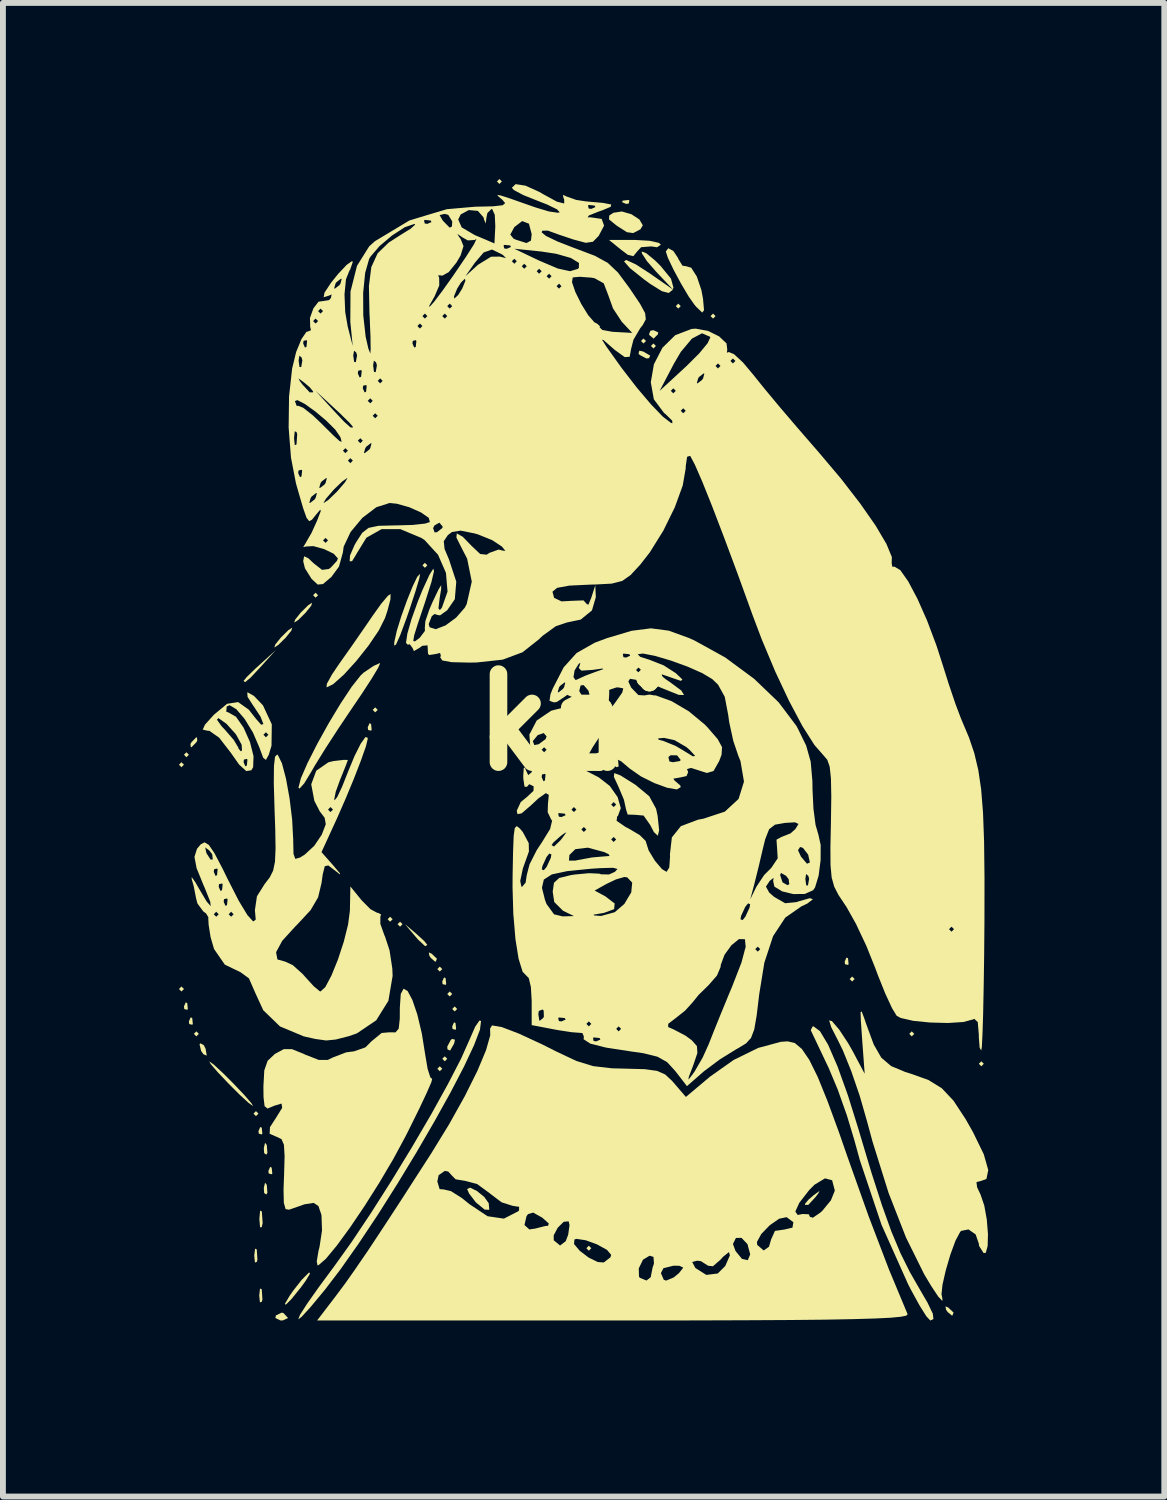
<source format=kicad_pcb>
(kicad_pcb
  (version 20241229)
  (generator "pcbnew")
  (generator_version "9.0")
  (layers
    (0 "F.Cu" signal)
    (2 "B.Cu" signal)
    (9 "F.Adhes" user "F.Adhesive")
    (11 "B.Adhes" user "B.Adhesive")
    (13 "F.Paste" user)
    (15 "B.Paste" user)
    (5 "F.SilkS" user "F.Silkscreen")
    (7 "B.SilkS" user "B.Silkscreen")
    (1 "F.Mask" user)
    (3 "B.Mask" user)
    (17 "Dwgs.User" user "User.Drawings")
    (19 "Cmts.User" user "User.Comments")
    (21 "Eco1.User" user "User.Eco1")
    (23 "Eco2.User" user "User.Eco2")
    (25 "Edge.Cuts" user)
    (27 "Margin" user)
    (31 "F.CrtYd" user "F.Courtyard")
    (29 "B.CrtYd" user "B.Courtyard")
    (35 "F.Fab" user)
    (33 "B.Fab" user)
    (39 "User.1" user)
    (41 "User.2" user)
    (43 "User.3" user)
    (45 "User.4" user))
  (footprint "kai"
    (layer "F.Cu")
    (at 6.731 9.26)
    (property "Reference" "kai" (at 0 0 0) (layer "F.SilkS") (effects (font (size 1.5 1.5) (thickness 0.3))))
    (attr board_only exclude_from_pos_files exclude_from_bom)
    (fp_poly (pts (xy 1.693 -7.371) (xy 1.684 -7.378) (xy 1.685 -7.38)) (stroke (width 0) (type solid)) (fill yes) (layer "F.SilkS"))
    (fp_poly (pts (xy -6.646 0.722) (xy -6.689 0.765) (xy -6.731 0.722) (xy -6.689 0.68)) (stroke (width 0) (type solid)) (fill yes) (layer "F.SilkS"))
    (fp_poly (pts (xy -6.646 4.545) (xy -6.689 4.587) (xy -6.731 4.545) (xy -6.689 4.502)) (stroke (width 0) (type solid)) (fill yes) (layer "F.SilkS"))
    (fp_poly (pts (xy -6.562 0.552) (xy -6.604 0.595) (xy -6.646 0.552) (xy -6.604 0.51)) (stroke (width 0) (type solid)) (fill yes) (layer "F.SilkS"))
    (fp_poly (pts (xy -6.392 5.309) (xy -6.435 5.352) (xy -6.477 5.309) (xy -6.435 5.267)) (stroke (width 0) (type solid)) (fill yes) (layer "F.SilkS"))
    (fp_poly (pts (xy -5.376 6.669) (xy -5.419 6.711) (xy -5.461 6.669) (xy -5.419 6.626)) (stroke (width 0) (type solid)) (fill yes) (layer "F.SilkS"))
    (fp_poly (pts (xy -4.36 -2.166) (xy -4.403 -2.124) (xy -4.445 -2.166) (xy -4.403 -2.209)) (stroke (width 0) (type solid)) (fill yes) (layer "F.SilkS"))
    (fp_poly (pts (xy -3.344 -0.212) (xy -3.387 -0.17) (xy -3.429 -0.212) (xy -3.387 -0.255)) (stroke (width 0) (type solid)) (fill yes) (layer "F.SilkS"))
    (fp_poly (pts (xy -3.09 3.356) (xy -3.133 3.398) (xy -3.175 3.356) (xy -3.133 3.313)) (stroke (width 0) (type solid)) (fill yes) (layer "F.SilkS"))
    (fp_poly (pts (xy -2.921 3.44) (xy -2.963 3.483) (xy -3.006 3.44) (xy -2.963 3.398)) (stroke (width 0) (type solid)) (fill yes) (layer "F.SilkS"))
    (fp_poly (pts (xy -2.498 -2.676) (xy -2.54 -2.633) (xy -2.582 -2.676) (xy -2.54 -2.718)) (stroke (width 0) (type solid)) (fill yes) (layer "F.SilkS"))
    (fp_poly (pts (xy -2.244 4.205) (xy -2.286 4.247) (xy -2.328 4.205) (xy -2.286 4.163)) (stroke (width 0) (type solid)) (fill yes) (layer "F.SilkS"))
    (fp_poly (pts (xy -2.244 5.904) (xy -2.286 5.946) (xy -2.328 5.904) (xy -2.286 5.862)) (stroke (width 0) (type solid)) (fill yes) (layer "F.SilkS"))
    (fp_poly (pts (xy -2.159 5.734) (xy -2.201 5.777) (xy -2.244 5.734) (xy -2.201 5.692)) (stroke (width 0) (type solid)) (fill yes) (layer "F.SilkS"))
    (fp_poly (pts (xy -2.074 4.63) (xy -2.117 4.672) (xy -2.159 4.63) (xy -2.117 4.587)) (stroke (width 0) (type solid)) (fill yes) (layer "F.SilkS"))
    (fp_poly (pts (xy -1.99 4.885) (xy -2.032 4.927) (xy -2.074 4.885) (xy -2.032 4.842)) (stroke (width 0) (type solid)) (fill yes) (layer "F.SilkS"))
    (fp_poly (pts (xy -1.228 -9.217) (xy -1.27 -9.175) (xy -1.312 -9.217) (xy -1.27 -9.26)) (stroke (width 0) (type solid)) (fill yes) (layer "F.SilkS"))
    (fp_poly (pts (xy 0.296 8.962) (xy 0.254 9.005) (xy 0.212 8.962) (xy 0.254 8.92)) (stroke (width 0) (type solid)) (fill yes) (layer "F.SilkS"))
    (fp_poly (pts (xy 1.228 -6.499) (xy 1.185 -6.456) (xy 1.143 -6.499) (xy 1.185 -6.541)) (stroke (width 0) (type solid)) (fill yes) (layer "F.SilkS"))
    (fp_poly (pts (xy 1.397 -6.414) (xy 1.355 -6.371) (xy 1.312 -6.414) (xy 1.355 -6.456)) (stroke (width 0) (type solid)) (fill yes) (layer "F.SilkS"))
    (fp_poly (pts (xy 1.82 -7.093) (xy 1.778 -7.051) (xy 1.736 -7.093) (xy 1.778 -7.136)) (stroke (width 0) (type solid)) (fill yes) (layer "F.SilkS"))
    (fp_poly (pts (xy 2.413 -6.923) (xy 2.371 -6.881) (xy 2.328 -6.923) (xy 2.371 -6.966)) (stroke (width 0) (type solid)) (fill yes) (layer "F.SilkS"))
    (fp_poly (pts (xy 4.784 4.375) (xy 4.741 4.417) (xy 4.699 4.375) (xy 4.741 4.332)) (stroke (width 0) (type solid)) (fill yes) (layer "F.SilkS"))
    (fp_poly (pts (xy 5.8 5.309) (xy 5.757 5.352) (xy 5.715 5.309) (xy 5.757 5.267)) (stroke (width 0) (type solid)) (fill yes) (layer "F.SilkS"))
    (fp_poly (pts (xy 6.985 5.819) (xy 6.943 5.862) (xy 6.9 5.819) (xy 6.943 5.777)) (stroke (width 0) (type solid)) (fill yes) (layer "F.SilkS"))
    (fp_poly (pts (xy -6.59 4.786) (xy -6.58 4.886) (xy -6.59 4.899) (xy -6.64 4.887) (xy -6.646 4.842) (xy -6.615 4.772)) (stroke (width 0) (type solid)) (fill yes) (layer "F.SilkS"))
    (fp_poly (pts (xy -6.505 5.04) (xy -6.495 5.141) (xy -6.505 5.154) (xy -6.556 5.142) (xy -6.562 5.097) (xy -6.531 5.027)) (stroke (width 0) (type solid)) (fill yes) (layer "F.SilkS"))
    (fp_poly (pts (xy -5.405 8.983) (xy -5.394 9.157) (xy -5.405 9.196) (xy -5.436 9.206) (xy -5.448 9.09) (xy -5.434 8.969)) (stroke (width 0) (type solid)) (fill yes) (layer "F.SilkS"))
    (fp_poly (pts (xy -5.32 9.663) (xy -5.309 9.837) (xy -5.32 9.875) (xy -5.351 9.886) (xy -5.363 9.769) (xy -5.35 9.649)) (stroke (width 0) (type solid)) (fill yes) (layer "F.SilkS"))
    (fp_poly (pts (xy -5.32 6.909) (xy -5.31 7.01) (xy -5.32 7.023) (xy -5.37 7.011) (xy -5.376 6.966) (xy -5.345 6.896)) (stroke (width 0) (type solid)) (fill yes) (layer "F.SilkS"))
    (fp_poly (pts (xy -5.234 7.205) (xy -5.224 7.338) (xy -5.241 7.368) (xy -5.279 7.342) (xy -5.285 7.256) (xy -5.264 7.165)) (stroke (width 0) (type solid)) (fill yes) (layer "F.SilkS"))
    (fp_poly (pts (xy -5.234 7.884) (xy -5.224 8.017) (xy -5.241 8.047) (xy -5.279 8.022) (xy -5.285 7.936) (xy -5.264 7.845)) (stroke (width 0) (type solid)) (fill yes) (layer "F.SilkS"))
    (fp_poly (pts (xy -5.151 7.589) (xy -5.14 7.69) (xy -5.151 7.702) (xy -5.201 7.69) (xy -5.207 7.645) (xy -5.176 7.576)) (stroke (width 0) (type solid)) (fill yes) (layer "F.SilkS"))
    (fp_poly (pts (xy -3.457 0.028) (xy -3.447 0.129) (xy -3.457 0.142) (xy -3.508 0.13) (xy -3.514 0.085) (xy -3.483 0.015)) (stroke (width 0) (type solid)) (fill yes) (layer "F.SilkS"))
    (fp_poly (pts (xy -2.187 4.361) (xy -2.177 4.462) (xy -2.187 4.474) (xy -2.238 4.462) (xy -2.244 4.417) (xy -2.213 4.347)) (stroke (width 0) (type solid)) (fill yes) (layer "F.SilkS"))
    (fp_poly (pts (xy -2.018 5.125) (xy -2.008 5.226) (xy -2.018 5.239) (xy -2.068 5.227) (xy -2.074 5.182) (xy -2.043 5.112)) (stroke (width 0) (type solid)) (fill yes) (layer "F.SilkS"))
    (fp_poly (pts (xy 0.945 -8.891) (xy 0.934 -8.841) (xy 0.889 -8.835) (xy 0.819 -8.866) (xy 0.833 -8.891) (xy 0.933 -8.902)) (stroke (width 0) (type solid)) (fill yes) (layer "F.SilkS"))
    (fp_poly (pts (xy 4.671 4.021) (xy 4.681 4.122) (xy 4.671 4.134) (xy 4.62 4.123) (xy 4.614 4.078) (xy 4.645 4.008)) (stroke (width 0) (type solid)) (fill yes) (layer "F.SilkS"))
    (fp_poly (pts (xy -6.31 5.499) (xy -6.278 5.561) (xy -6.257 5.68) (xy -6.314 5.657) (xy -6.353 5.601) (xy -6.38 5.49) (xy -6.369 5.47)) (stroke (width 0) (type solid)) (fill yes) (layer "F.SilkS"))
    (fp_poly (pts (xy -4.947 10.07) (xy -4.872 10.152) (xy -4.958 10.192) (xy -5 10.194) (xy -5.088 10.152) (xy -5.079 10.108) (xy -4.978 10.059)) (stroke (width 0) (type solid)) (fill yes) (layer "F.SilkS"))
    (fp_poly (pts (xy -2.688 3.602) (xy -2.552 3.726) (xy -2.498 3.793) (xy -2.536 3.815) (xy -2.658 3.701) (xy -2.717 3.632) (xy -2.879 3.44)) (stroke (width 0) (type solid)) (fill yes) (layer "F.SilkS"))
    (fp_poly (pts (xy -2.426 3.942) (xy -2.335 4.028) (xy -2.354 4.077) (xy -2.366 4.078) (xy -2.437 4.017) (xy -2.463 3.98) (xy -2.473 3.921)) (stroke (width 0) (type solid)) (fill yes) (layer "F.SilkS"))
    (fp_poly (pts (xy -2.027 5.409) (xy -2.042 5.475) (xy -2.11 5.594) (xy -2.155 5.574) (xy -2.159 5.527) (xy -2.098 5.412) (xy -2.075 5.395)) (stroke (width 0) (type solid)) (fill yes) (layer "F.SilkS"))
    (fp_poly (pts (xy 1.181 -6.319) (xy 1.3 -6.25) (xy 1.28 -6.206) (xy 1.233 -6.201) (xy 1.118 -6.263) (xy 1.101 -6.285) (xy 1.115 -6.334)) (stroke (width 0) (type solid)) (fill yes) (layer "F.SilkS"))
    (fp_poly (pts (xy 6.379 9.973) (xy 6.47 10.059) (xy 6.451 10.108) (xy 6.44 10.109) (xy 6.368 10.049) (xy 6.342 10.011) (xy 6.332 9.953)) (stroke (width 0) (type solid)) (fill yes) (layer "F.SilkS"))
    (fp_poly (pts (xy -6.419 0.31) (xy -6.435 0.34) (xy -6.514 0.421) (xy -6.529 0.425) (xy -6.535 0.37) (xy -6.519 0.34) (xy -6.44 0.259) (xy -6.425 0.255)) (stroke (width 0) (type solid)) (fill yes) (layer "F.SilkS"))
    (fp_poly (pts (xy -5.322 8.333) (xy -5.318 8.348) (xy -5.305 8.533) (xy -5.321 8.603) (xy -5.349 8.606) (xy -5.36 8.473) (xy -5.36 8.453) (xy -5.348 8.321)) (stroke (width 0) (type solid)) (fill yes) (layer "F.SilkS"))
    (fp_poly (pts (xy -4.817 -1.561) (xy -4.911 -1.444) (xy -5.038 -1.319) (xy -5.106 -1.274) (xy -5.089 -1.327) (xy -4.995 -1.444) (xy -4.868 -1.57) (xy -4.8 -1.614)) (stroke (width 0) (type solid)) (fill yes) (layer "F.SilkS"))
    (fp_poly (pts (xy -4.478 -1.986) (xy -4.572 -1.869) (xy -4.699 -1.743) (xy -4.768 -1.699) (xy -4.75 -1.752) (xy -4.657 -1.869) (xy -4.529 -1.995) (xy -4.461 -2.039)) (stroke (width 0) (type solid)) (fill yes) (layer "F.SilkS"))
    (fp_poly (pts (xy 1.437 -6.645) (xy 1.431 -6.612) (xy 1.361 -6.542) (xy 1.355 -6.541) (xy 1.287 -6.599) (xy 1.279 -6.612) (xy 1.304 -6.674) (xy 1.355 -6.683)) (stroke (width 0) (type solid)) (fill yes) (layer "F.SilkS"))
    (fp_poly (pts (xy 4.164 8.03) (xy 4.117 8.091) (xy 3.994 8.224) (xy 3.938 8.223) (xy 3.937 8.208) (xy 3.995 8.137) (xy 4.085 8.059) (xy 4.185 7.986)) (stroke (width 0) (type solid)) (fill yes) (layer "F.SilkS"))
    (fp_poly (pts (xy -5.329 -0.956) (xy -5.509 -0.763) (xy -5.603 -0.685) (xy -5.63 -0.705) (xy -5.63 -0.706) (xy -5.574 -0.774) (xy -5.431 -0.913) (xy -5.355 -0.982) (xy -5.08 -1.232)) (stroke (width 0) (type solid)) (fill yes) (layer "F.SilkS"))
    (fp_poly (pts (xy -1.653 7.987) (xy -1.528 8.089) (xy -1.452 8.195) (xy -1.442 8.308) (xy -1.522 8.304) (xy -1.663 8.188) (xy -1.68 8.17) (xy -1.788 8.028) (xy -1.82 7.954) (xy -1.769 7.93)) (stroke (width 0) (type solid)) (fill yes) (layer "F.SilkS"))
    (fp_poly (pts (xy 1.232 -7.995) (xy 1.382 -7.872) (xy 1.475 -7.78) (xy 1.654 -7.561) (xy 1.696 -7.408) (xy 1.685 -7.38) (xy 1.403 -7.677) (xy 1.244 -7.86) (xy 1.159 -7.99) (xy 1.155 -8.025)) (stroke (width 0) (type solid)) (fill yes) (layer "F.SilkS"))
    (fp_poly (pts (xy -4.499 9.398) (xy -4.575 9.523) (xy -4.651 9.627) (xy -4.815 9.83) (xy -4.911 9.926) (xy -4.925 9.909) (xy -4.845 9.773) (xy -4.785 9.687) (xy -4.64 9.502) (xy -4.521 9.382) (xy -4.51 9.375)) (stroke (width 0) (type solid)) (fill yes) (layer "F.SilkS"))
    (fp_poly (pts (xy 1.055 -7.804) (xy 1.292 -7.651) (xy 1.684 -7.378) (xy 1.681 -7.369) (xy 1.615 -7.317) (xy 1.5 -7.347) (xy 1.302 -7.47) (xy 1.203 -7.542) (xy 0.956 -7.739) (xy 0.854 -7.855) (xy 0.89 -7.88)) (stroke (width 0) (type solid)) (fill yes) (layer "F.SilkS"))
    (fp_poly (pts (xy -6.139 5.832) (xy -5.981 5.978) (xy -5.8 6.159) (xy -5.614 6.355) (xy -5.495 6.493) (xy -5.468 6.541) (xy -5.545 6.485) (xy -5.703 6.34) (xy -5.884 6.159) (xy -6.07 5.963) (xy -6.189 5.825) (xy -6.216 5.777)) (stroke (width 0) (type solid)) (fill yes) (layer "F.SilkS"))
    (fp_poly (pts (xy 0.981 -8.658) (xy 1.116 -8.569) (xy 1.174 -8.47) (xy 1.133 -8.402) (xy 1.01 -8.338) (xy 0.903 -8.353) (xy 0.738 -8.458) (xy 0.728 -8.465) (xy 0.598 -8.57) (xy 0.602 -8.637) (xy 0.672 -8.684) (xy 0.817 -8.706)) (stroke (width 0) (type solid)) (fill yes) (layer "F.SilkS"))
    (fp_poly (pts (xy 1.287 -8.207) (xy 1.448 -8.171) (xy 1.482 -8.14) (xy 1.416 -8.096) (xy 1.319 -8.111) (xy 1.145 -8.097) (xy 1.08 -8.027) (xy 1.012 -7.944) (xy 0.919 -7.967) (xy 0.801 -8.056) (xy 0.598 -8.221) (xy 1.04 -8.221)) (stroke (width 0) (type solid)) (fill yes) (layer "F.SilkS"))
    (fp_poly (pts (xy -2.621 -2.53) (xy -2.637 -2.445) (xy -2.699 -2.237) (xy -2.795 -1.944) (xy -2.85 -1.784) (xy -2.959 -1.489) (xy -3.032 -1.326) (xy -3.064 -1.307) (xy -3.061 -1.369) (xy -3.019 -1.558) (xy -2.942 -1.808) (xy -2.846 -2.075) (xy -2.75 -2.314) (xy -2.67 -2.481) (xy -2.622 -2.53)) (stroke (width 0) (type solid)) (fill yes) (layer "F.SilkS"))
    (fp_poly (pts (xy -3.128 -2.092) (xy -3.18 -1.895) (xy -3.22 -1.776) (xy -3.326 -1.565) (xy -3.5 -1.308) (xy -3.709 -1.045) (xy -3.92 -0.813) (xy -4.103 -0.65) (xy -4.216 -0.595) (xy -4.211 -0.656) (xy -4.123 -0.816) (xy -4 -0.998) (xy -3.774 -1.318) (xy -3.533 -1.666) (xy -3.434 -1.811) (xy -3.282 -2.024) (xy -3.168 -2.159) (xy -3.124 -2.185)) (stroke (width 0) (type solid)) (fill yes) (layer "F.SilkS"))
    (fp_poly (pts (xy 0.794 0.905) (xy 1.02 1.047) (xy 1.05 1.066) (xy 1.283 1.259) (xy 1.4 1.473) (xy 1.426 1.593) (xy 1.452 1.839) (xy 1.43 1.933) (xy 1.363 1.871) (xy 1.301 1.751) (xy 1.187 1.589) (xy 1.044 1.576) (xy 0.916 1.572) (xy 0.889 1.488) (xy 0.852 1.319) (xy 0.761 1.103) (xy 0.76 1.1) (xy 0.681 0.93) (xy 0.687 0.865)) (stroke (width 0) (type solid)) (fill yes) (layer "F.SilkS"))
    (fp_poly (pts (xy 1.695 -8.032) (xy 1.773 -7.915) (xy 1.778 -7.899) (xy 1.85 -7.782) (xy 1.907 -7.774) (xy 1.998 -7.748) (xy 2.094 -7.598) (xy 2.172 -7.368) (xy 2.2 -7.218) (xy 2.217 -7.024) (xy 2.187 -6.983) (xy 2.087 -7.078) (xy 2.055 -7.115) (xy 1.954 -7.259) (xy 1.824 -7.479) (xy 1.696 -7.717) (xy 1.6 -7.919) (xy 1.566 -8.024) (xy 1.608 -8.08)) (stroke (width 0) (type solid)) (fill yes) (layer "F.SilkS"))
    (fp_poly (pts (xy -3.303 -1.006) (xy -3.336 -0.929) (xy -3.448 -0.743) (xy -3.62 -0.479) (xy -3.772 -0.255) (xy -4.01 0.099) (xy -4.236 0.447) (xy -4.416 0.738) (xy -4.48 0.849) (xy -4.597 1.041) (xy -4.676 1.129) (xy -4.695 1.115) (xy -4.654 0.955) (xy -4.54 0.693) (xy -4.375 0.368) (xy -4.18 0.017) (xy -3.977 -0.32) (xy -3.788 -0.605) (xy -3.635 -0.799) (xy -3.583 -0.848) (xy -3.413 -0.962) (xy -3.311 -1.008)) (stroke (width 0) (type solid)) (fill yes) (layer "F.SilkS"))
    (fp_poly (pts (xy -1.583 5.089) (xy -1.601 5.237) (xy -1.703 5.504) (xy -1.874 5.868) (xy -2.103 6.308) (xy -2.377 6.801) (xy -2.683 7.328) (xy -3.009 7.865) (xy -3.342 8.392) (xy -3.671 8.886) (xy -3.981 9.326) (xy -4.246 9.673) (xy -4.492 9.969) (xy -4.642 10.133) (xy -4.699 10.174) (xy -4.668 10.097) (xy -4.549 9.911) (xy -4.346 9.623) (xy -4.09 9.277) (xy -3.79 8.858) (xy -3.456 8.358) (xy -3.106 7.807) (xy -2.759 7.238) (xy -2.433 6.681) (xy -2.149 6.168) (xy -1.923 5.731) (xy -1.776 5.401) (xy -1.775 5.398) (xy -1.683 5.188) (xy -1.611 5.083)) (stroke (width 0) (type solid)) (fill yes) (layer "F.SilkS"))
    (fp_poly (pts (xy 4.193 5.263) (xy 4.332 5.495) (xy 4.493 5.866) (xy 4.67 6.359) (xy 4.858 6.962) (xy 4.863 6.981) (xy 5.07 7.673) (xy 5.249 8.228) (xy 5.41 8.677) (xy 5.566 9.049) (xy 5.727 9.372) (xy 5.854 9.594) (xy 6.028 9.894) (xy 6.116 10.078) (xy 6.127 10.17) (xy 6.073 10.194) (xy 6.007 10.124) (xy 5.889 9.936) (xy 5.742 9.668) (xy 5.696 9.578) (xy 5.242 8.563) (xy 4.874 7.466) (xy 4.778 7.118) (xy 4.652 6.699) (xy 4.495 6.257) (xy 4.339 5.884) (xy 4.328 5.862) (xy 4.195 5.582) (xy 4.091 5.363) (xy 4.037 5.249) (xy 4.036 5.246) (xy 4.068 5.183) (xy 4.084 5.182)) (stroke (width 0) (type solid)) (fill yes) (layer "F.SilkS"))
    (fp_poly (pts (xy 4.945 5.036) (xy 4.98 5.139) (xy 5.109 5.49) (xy 5.238 5.715) (xy 5.405 5.858) (xy 5.647 5.959) (xy 5.747 5.99) (xy 6.04 6.095) (xy 6.269 6.236) (xy 6.469 6.448) (xy 6.677 6.765) (xy 6.802 6.986) (xy 6.985 7.362) (xy 7.061 7.63) (xy 7.03 7.782) (xy 6.94 7.815) (xy 6.86 7.835) (xy 6.871 7.923) (xy 6.93 8.049) (xy 6.993 8.234) (xy 7.036 8.473) (xy 7.056 8.719) (xy 7.051 8.923) (xy 7.019 9.04) (xy 6.982 9.045) (xy 6.905 8.924) (xy 6.9 8.883) (xy 6.846 8.727) (xy 6.724 8.642) (xy 6.599 8.667) (xy 6.582 8.685) (xy 6.503 8.833) (xy 6.416 9.07) (xy 6.337 9.339) (xy 6.281 9.585) (xy 6.264 9.75) (xy 6.272 9.78) (xy 6.283 9.851) (xy 6.272 9.854) (xy 6.209 9.787) (xy 6.092 9.611) (xy 5.97 9.408) (xy 5.66 8.782) (xy 5.362 8.019) (xy 5.09 7.15) (xy 4.994 6.796) (xy 4.871 6.367) (xy 4.726 5.944) (xy 4.582 5.588) (xy 4.508 5.437) (xy 4.385 5.196) (xy 4.349 5.08) (xy 4.397 5.092) (xy 4.521 5.237) (xy 4.673 5.468) (xy 4.749 5.601) (xy 4.955 5.989) (xy 4.911 5.394) (xy 4.89 5.09) (xy 4.885 4.939) (xy 4.903 4.926)) (stroke (width 0) (type solid)) (fill yes) (layer "F.SilkS"))
    (fp_poly (pts (xy -2.834 4.58) (xy -2.753 4.732) (xy -2.669 4.979) (xy -2.592 5.303) (xy -2.534 5.666) (xy -2.493 5.907) (xy -2.446 6.053) (xy -2.416 6.076) (xy -2.429 6.132) (xy -2.508 6.313) (xy -2.64 6.593) (xy -2.814 6.945) (xy -2.87 7.056) (xy -3.076 7.438) (xy -3.315 7.843) (xy -3.568 8.243) (xy -3.816 8.61) (xy -4.042 8.919) (xy -4.226 9.141) (xy -4.35 9.249) (xy -4.37 9.255) (xy -4.383 9.186) (xy -4.353 9.008) (xy -4.335 8.936) (xy -4.293 8.659) (xy -4.302 8.406) (xy -4.308 8.379) (xy -4.355 8.243) (xy -4.436 8.19) (xy -4.591 8.214) (xy -4.855 8.306) (xy -4.914 8.296) (xy -4.944 8.189) (xy -4.949 7.959) (xy -4.94 7.723) (xy -4.931 7.395) (xy -4.942 7.201) (xy -4.983 7.104) (xy -5.058 7.067) (xy -5.059 7.067) (xy -5.186 7.012) (xy -5.18 6.899) (xy -5.083 6.749) (xy -4.972 6.57) (xy -4.983 6.497) (xy -5.113 6.536) (xy -5.122 6.541) (xy -5.222 6.582) (xy -5.272 6.541) (xy -5.29 6.387) (xy -5.292 6.206) (xy -5.277 5.932) (xy -5.22 5.768) (xy -5.099 5.654) (xy -5.09 5.648) (xy -4.943 5.569) (xy -4.807 5.569) (xy -4.608 5.649) (xy -4.578 5.664) (xy -4.35 5.753) (xy -4.194 5.753) (xy -4.103 5.709) (xy -3.881 5.624) (xy -3.747 5.607) (xy -3.553 5.539) (xy -3.446 5.432) (xy -3.277 5.294) (xy -3.15 5.283) (xy -3.041 5.284) (xy -2.986 5.22) (xy -2.968 5.052) (xy -2.967 4.864) (xy -2.951 4.628) (xy -2.903 4.539)) (stroke (width 0) (type solid)) (fill yes) (layer "F.SilkS"))
    (fp_poly (pts (xy -5.452 -0.449) (xy -5.31 -0.301) (xy -5.298 -0.286) (xy -5.149 0.034) (xy -5.154 0.399) (xy -5.2 0.551) (xy -5.249 0.641) (xy -5.296 0.603) (xy -5.363 0.423) (xy -5.454 0.212) (xy -5.292 0.212) (xy -5.249 0.255) (xy -5.207 0.212) (xy -5.249 0.17) (xy -5.292 0.212) (xy -5.454 0.212) (xy -5.472 0.171) (xy -5.611 -0.056) (xy -5.752 -0.222) (xy -5.868 -0.292) (xy -5.918 -0.269) (xy -5.925 -0.181) (xy -5.891 -0.17) (xy -5.759 -0.095) (xy -5.629 0.092) (xy -5.521 0.335) (xy -5.46 0.578) (xy -5.467 0.765) (xy -5.498 0.817) (xy -5.584 0.831) (xy -5.705 0.721) (xy -5.734 0.68) (xy -5.63 0.68) (xy -5.599 0.75) (xy -5.574 0.736) (xy -5.564 0.635) (xy -5.574 0.623) (xy -5.624 0.635) (xy -5.63 0.68) (xy -5.734 0.68) (xy -5.848 0.518) (xy -6.046 0.262) (xy -6.211 0.146) (xy -6.256 0.141) (xy -6.326 0.124) (xy -6.288 0.04) (xy -6.212 -0.045) (xy -6.084 -0.045) (xy -6.004 0.067) (xy -5.948 0.126) (xy -5.798 0.299) (xy -5.719 0.431) (xy -5.715 0.45) (xy -5.676 0.494) (xy -5.657 0.48) (xy -5.663 0.381) (xy -5.754 0.215) (xy -5.768 0.195) (xy -5.921 0.026) (xy -6.055 -0.07) (xy -6.059 -0.071) (xy -6.084 -0.045) (xy -6.212 -0.045) (xy -6.134 -0.131) (xy -5.91 -0.316) (xy -5.723 -0.345) (xy -5.54 -0.215) (xy -5.423 -0.065) (xy -5.33 0.041) (xy -5.292 0.03) (xy -5.34 -0.095) (xy -5.458 -0.274) (xy -5.467 -0.286) (xy -5.562 -0.434) (xy -5.567 -0.508) (xy -5.558 -0.51)) (stroke (width 0) (type solid)) (fill yes) (layer "F.SilkS"))
    (fp_poly (pts (xy -3.515 0.263) (xy -3.514 0.282) (xy -3.545 0.41) (xy -3.63 0.651) (xy -3.751 0.964) (xy -3.893 1.306) (xy -4.038 1.637) (xy -4.038 1.637) (xy -4.302 2.212) (xy -4.098 2.443) (xy -3.987 2.575) (xy -3.99 2.591) (xy -4.074 2.524) (xy -4.186 2.439) (xy -4.246 2.452) (xy -4.281 2.591) (xy -4.301 2.736) (xy -4.36 2.983) (xy -4.487 3.2) (xy -4.715 3.446) (xy -4.741 3.471) (xy -4.971 3.723) (xy -5.076 3.918) (xy -5.053 4.041) (xy -4.921 4.078) (xy -4.791 4.138) (xy -4.624 4.288) (xy -4.585 4.332) (xy -4.437 4.495) (xy -4.333 4.582) (xy -4.319 4.587) (xy -4.237 4.512) (xy -4.133 4.316) (xy -4.022 4.043) (xy -3.922 3.738) (xy -3.849 3.446) (xy -3.818 3.211) (xy -3.818 3.209) (xy -3.81 2.797) (xy -3.617 3.034) (xy -3.468 3.184) (xy -3.349 3.248) (xy -3.336 3.247) (xy -3.286 3.276) (xy -3.299 3.308) (xy -3.299 3.435) (xy -3.23 3.629) (xy -3.221 3.646) (xy -3.142 3.887) (xy -3.095 4.196) (xy -3.09 4.322) (xy -3.162 4.746) (xy -3.369 5.078) (xy -3.699 5.301) (xy -3.837 5.349) (xy -4.06 5.406) (xy -4.223 5.422) (xy -4.408 5.396) (xy -4.604 5.352) (xy -5.009 5.183) (xy -5.295 4.906) (xy -5.426 4.621) (xy -5.539 4.363) (xy -5.68 4.26) (xy -5.95 4.129) (xy -6.133 3.864) (xy -6.192 3.662) (xy -6.225 3.454) (xy -6.232 3.331) (xy -6.229 3.323) (xy -6.261 3.271) (xy -6.138 3.271) (xy -6.096 3.313) (xy -6.054 3.271) (xy -5.884 3.271) (xy -5.842 3.313) (xy -5.8 3.271) (xy -5.842 3.228) (xy -5.884 3.271) (xy -6.054 3.271) (xy -6.096 3.228) (xy -6.138 3.271) (xy -6.261 3.271) (xy -6.269 3.257) (xy -6.316 3.223) (xy -6.416 3.088) (xy -6.439 3.001) (xy -6.481 2.786) (xy -6.513 2.676) (xy -6.514 2.637) (xy -6.45 2.729) (xy -6.395 2.825) (xy -6.258 3.055) (xy -6.19 3.132) (xy -6.198 3.058) (xy -5.969 3.058) (xy -5.938 3.128) (xy -5.913 3.115) (xy -5.902 3.014) (xy -5.913 3.002) (xy -5.963 3.013) (xy -5.969 3.058) (xy -6.198 3.058) (xy -6.198 3.057) (xy -6.287 2.834) (xy -6.3 2.803) (xy -6.054 2.803) (xy -6.023 2.873) (xy -5.997 2.86) (xy -5.987 2.759) (xy -5.997 2.747) (xy -6.048 2.758) (xy -6.054 2.803) (xy -6.3 2.803) (xy -6.31 2.782) (xy -6.405 2.548) (xy -6.138 2.548) (xy -6.107 2.618) (xy -6.082 2.605) (xy -6.072 2.504) (xy -6.082 2.492) (xy -6.132 2.504) (xy -6.138 2.548) (xy -6.405 2.548) (xy -6.43 2.488) (xy -6.467 2.294) (xy -6.424 2.156) (xy -6.404 2.132) (xy -6.284 2.132) (xy -6.266 2.217) (xy -6.26 2.234) (xy -6.193 2.338) (xy -6.155 2.338) (xy -6.164 2.249) (xy -6.212 2.186) (xy -6.284 2.132) (xy -6.404 2.132) (xy -6.36 2.079) (xy -6.295 2.045) (xy -6.222 2.089) (xy -6.124 2.234) (xy -5.983 2.503) (xy -5.897 2.68) (xy -5.71 3.045) (xy -5.564 3.286) (xy -5.466 3.394) (xy -5.423 3.362) (xy -5.437 3.201) (xy -5.402 2.964) (xy -5.27 2.755) (xy -5.183 2.641) (xy -5.126 2.527) (xy -5.095 2.377) (xy -5.085 2.155) (xy -5.09 1.826) (xy -5.102 1.487) (xy -5.115 1.038) (xy -5.112 0.743) (xy -5.094 0.586) (xy -5.058 0.549) (xy -5.045 0.558) (xy -4.976 0.698) (xy -4.907 0.96) (xy -4.846 1.296) (xy -4.802 1.659) (xy -4.784 2) (xy -4.784 2.02) (xy -4.779 2.244) (xy -4.748 2.328) (xy -4.665 2.303) (xy -4.585 2.252) (xy -4.425 2.104) (xy -4.297 1.914) (xy -4.229 1.736) (xy -4.249 1.624) (xy -4.252 1.622) (xy -4.334 1.514) (xy -4.347 1.487) (xy -4.191 1.487) (xy -4.149 1.529) (xy -4.106 1.487) (xy -4.149 1.444) (xy -4.191 1.487) (xy -4.347 1.487) (xy -4.424 1.338) (xy -4.477 1.056) (xy -4.391 0.824) (xy -4.184 0.681) (xy -4.096 0.66) (xy -3.923 0.64) (xy -3.852 0.641) (xy -3.882 0.723) (xy -3.955 0.905) (xy -3.984 0.976) (xy -4.059 1.182) (xy -4.085 1.313) (xy -4.08 1.329) (xy -4.035 1.275) (xy -3.952 1.1) (xy -3.853 0.85) (xy -3.738 0.572) (xy -3.633 0.363) (xy -3.553 0.251)) (stroke (width 0) (type solid)) (fill yes) (layer "F.SilkS"))
    (fp_poly (pts (xy -1.229 5.194) (xy -0.94 5.304) (xy -0.54 5.489) (xy -0.292 5.614) (xy 0.044 5.772) (xy 0.327 5.859) (xy 0.644 5.896) (xy 0.877 5.902) (xy 1.207 5.911) (xy 1.416 5.94) (xy 1.555 6.001) (xy 1.673 6.111) (xy 1.704 6.147) (xy 1.908 6.384) (xy 2.321 6.037) (xy 2.722 5.754) (xy 3.14 5.549) (xy 3.525 5.445) (xy 3.643 5.437) (xy 3.765 5.466) (xy 3.885 5.567) (xy 4.012 5.754) (xy 4.156 6.046) (xy 4.323 6.458) (xy 4.524 7.007) (xy 4.653 7.379) (xy 5.023 8.419) (xy 5.37 9.327) (xy 5.687 10.088) (xy 5.665 10.111) (xy 5.573 10.13) (xy 5.398 10.147) (xy 5.131 10.16) (xy 4.76 10.171) (xy 4.276 10.18) (xy 3.668 10.186) (xy 2.925 10.19) (xy 2.037 10.193) (xy 0.993 10.194) (xy 0.678 10.194) (xy -4.377 10.194) (xy -4.068 9.79) (xy -3.905 9.572) (xy -3.725 9.317) (xy -3.718 9.306) (xy 1.105 9.306) (xy 1.109 9.446) (xy 1.124 9.467) (xy 1.237 9.513) (xy 1.31 9.455) (xy 1.312 9.436) (xy 1.322 9.387) (xy 1.482 9.387) (xy 1.531 9.5) (xy 1.572 9.514) (xy 1.701 9.46) (xy 1.79 9.387) (xy 1.863 9.294) (xy 1.8 9.262) (xy 1.699 9.26) (xy 1.525 9.303) (xy 1.482 9.387) (xy 1.322 9.387) (xy 1.34 9.294) (xy 1.364 9.224) (xy 1.362 9.197) (xy 2.016 9.197) (xy 2.065 9.291) (xy 2.074 9.302) (xy 2.256 9.417) (xy 2.451 9.393) (xy 2.579 9.265) (xy 2.658 9.084) (xy 2.642 9.028) (xy 2.54 9.11) (xy 2.501 9.155) (xy 2.369 9.27) (xy 2.287 9.261) (xy 2.164 9.183) (xy 2.101 9.175) (xy 2.016 9.197) (xy 1.362 9.197) (xy 1.356 9.11) (xy 1.289 9.09) (xy 1.177 9.158) (xy 1.105 9.306) (xy -3.718 9.306) (xy -3.512 9.006) (xy -3.338 8.743) (xy -0.345 8.743) (xy -0.344 8.827) (xy -0.236 8.916) (xy -0.203 8.891) (xy 0.002 8.891) (xy 0.099 9.006) (xy 0.25 9.121) (xy 0.407 9.198) (xy 0.509 9.205) (xy 0.621 9.119) (xy 0.635 9.076) (xy 0.564 8.991) (xy 0.395 8.898) (xy 0.374 8.89) (xy 2.71 8.89) (xy 2.754 9.01) (xy 2.864 9.144) (xy 2.963 9.166) (xy 3.004 9.068) (xy 2.958 8.894) (xy 2.922 8.855) (xy 3.119 8.855) (xy 3.124 8.906) (xy 3.234 9.001) (xy 3.324 8.937) (xy 3.36 8.814) (xy 3.426 8.667) (xy 3.585 8.644) (xy 3.724 8.612) (xy 3.74 8.519) (xy 3.624 8.433) (xy 3.497 8.46) (xy 3.336 8.572) (xy 3.193 8.72) (xy 3.119 8.855) (xy 2.922 8.855) (xy 2.856 8.786) (xy 2.761 8.787) (xy 2.71 8.89) (xy 0.374 8.89) (xy 0.199 8.826) (xy 0.042 8.803) (xy 0.008 8.814) (xy 0.002 8.891) (xy -0.203 8.891) (xy -0.14 8.843) (xy -0.098 8.732) (xy -0.075 8.569) (xy -0.09 8.504) (xy -0.174 8.512) (xy -0.276 8.613) (xy -0.345 8.743) (xy -3.338 8.743) (xy -3.255 8.617) (xy -3.222 8.567) (xy -0.843 8.567) (xy -0.76 8.642) (xy -0.662 8.628) (xy -0.489 8.584) (xy -0.44 8.58) (xy -0.429 8.54) (xy -0.536 8.445) (xy -0.541 8.441) (xy -0.695 8.355) (xy -0.782 8.381) (xy -0.808 8.416) (xy -0.843 8.567) (xy -3.222 8.567) (xy -2.938 8.132) (xy -2.74 7.824) (xy -2.328 7.824) (xy -2.289 7.955) (xy -2.218 7.961) (xy -2.097 7.989) (xy -1.908 8.108) (xy -1.78 8.212) (xy -1.472 8.417) (xy -1.194 8.458) (xy -0.959 8.338) (xy 3.773 8.338) (xy 3.814 8.396) (xy 3.895 8.379) (xy 4.003 8.384) (xy 4.022 8.428) (xy 4.073 8.442) (xy 4.201 8.354) (xy 4.233 8.325) (xy 4.379 8.147) (xy 4.445 7.984) (xy 4.445 7.975) (xy 4.4 7.804) (xy 4.279 7.772) (xy 4.1 7.88) (xy 4.008 7.973) (xy 3.84 8.19) (xy 3.773 8.338) (xy -0.959 8.338) (xy -0.951 8.334) (xy -0.936 8.319) (xy -0.934 8.257) (xy -1.045 8.24) (xy -1.233 8.18) (xy -1.425 8.035) (xy -1.432 8.028) (xy -1.649 7.869) (xy -1.851 7.815) (xy -2.016 7.788) (xy -2.074 7.73) (xy -2.143 7.655) (xy -2.201 7.645) (xy -2.305 7.717) (xy -2.328 7.824) (xy -2.74 7.824) (xy -2.549 7.528) (xy -2.433 7.348) (xy -2.125 6.846) (xy -1.859 6.369) (xy -1.646 5.942) (xy -1.498 5.588) (xy -1.426 5.333) (xy -1.429 5.22) (xy -1.396 5.165)) (stroke (width 0) (type solid)) (fill yes) (layer "F.SilkS"))
    (fp_poly (pts (xy 1.616 -1.562) (xy 1.958 -1.438) (xy 2.056 -1.394) (xy 2.579 -1.105) (xy 3.071 -0.742) (xy 3.489 -0.341) (xy 3.791 0.06) (xy 3.813 0.1) (xy 3.958 0.397) (xy 4.035 0.671) (xy 4.064 1.003) (xy 4.066 1.147) (xy 4.082 1.472) (xy 4.118 1.749) (xy 4.166 1.913) (xy 4.205 2.09) (xy 4.204 2.348) (xy 4.17 2.614) (xy 4.109 2.814) (xy 4.077 2.861) (xy 3.935 2.925) (xy 3.74 2.927) (xy 3.549 2.881) (xy 3.416 2.8) (xy 3.394 2.698) (xy 3.397 2.693) (xy 3.402 2.65) (xy 3.336 2.703) (xy 3.272 2.8) (xy 3.328 2.901) (xy 3.412 2.975) (xy 3.6 3.083) (xy 3.792 3.064) (xy 3.826 3.052) (xy 4.02 2.997) (xy 4.073 3.015) (xy 3.977 3.089) (xy 3.876 3.137) (xy 3.602 3.328) (xy 3.394 3.644) (xy 3.245 4.097) (xy 3.158 4.633) (xy 3.114 4.998) (xy 3.073 5.234) (xy 3.018 5.379) (xy 2.933 5.472) (xy 2.802 5.552) (xy 2.765 5.572) (xy 2.487 5.744) (xy 2.217 5.946) (xy 2.193 5.967) (xy 1.926 6.2) (xy 1.725 5.94) (xy 1.588 5.791) (xy 1.425 5.699) (xy 1.183 5.639) (xy 0.974 5.609) (xy 0.545 5.543) (xy 0.278 5.475) (xy 0.165 5.401) (xy 0.167 5.38) (xy 0.325 5.38) (xy 0.336 5.431) (xy 0.381 5.437) (xy 0.451 5.406) (xy 0.437 5.38) (xy 0.337 5.37) (xy 0.325 5.38) (xy 0.167 5.38) (xy 0.169 5.353) (xy 0.144 5.296) (xy 0.105 5.292) (xy -0.039 5.281) (xy -0.273 5.245) (xy -0.36 5.229) (xy -0.385 5.224) (xy 0.72 5.224) (xy 0.762 5.267) (xy 0.804 5.224) (xy 0.773 5.193) (xy 1.606 5.193) (xy 1.7 5.234) (xy 1.902 5.34) (xy 2.008 5.418) (xy 2.096 5.517) (xy 2.104 5.636) (xy 2.035 5.84) (xy 2.031 5.851) (xy 1.958 6.042) (xy 1.951 6.09) (xy 2.014 6.01) (xy 2.055 5.953) (xy 2.193 5.715) (xy 2.297 5.485) (xy 2.374 5.289) (xy 2.495 4.989) (xy 2.639 4.639) (xy 2.696 4.503) (xy 2.855 4.094) (xy 2.916 3.865) (xy 3.09 3.865) (xy 3.133 3.908) (xy 3.175 3.865) (xy 3.133 3.823) (xy 3.09 3.865) (xy 2.916 3.865) (xy 2.927 3.826) (xy 2.914 3.698) (xy 2.913 3.696) (xy 2.813 3.694) (xy 2.684 3.799) (xy 2.566 3.962) (xy 2.502 4.135) (xy 2.5 4.168) (xy 2.438 4.315) (xy 2.295 4.479) (xy 2.127 4.643) (xy 2.02 4.775) (xy 1.898 4.91) (xy 1.742 5.035) (xy 1.607 5.138) (xy 1.606 5.193) (xy 0.773 5.193) (xy 0.762 5.182) (xy 0.72 5.224) (xy -0.385 5.224) (xy -0.72 5.16) (xy -0.72 5.139) (xy 0.212 5.139) (xy 0.254 5.182) (xy 0.296 5.139) (xy 0.254 5.097) (xy 0.212 5.139) (xy -0.72 5.139) (xy -0.72 4.973) (xy -0.607 4.973) (xy -0.588 5.089) (xy -0.527 5.042) (xy -0.526 5.04) (xy -0.268 5.04) (xy -0.256 5.091) (xy -0.212 5.097) (xy -0.142 5.066) (xy -0.155 5.04) (xy -0.256 5.03) (xy -0.268 5.04) (xy -0.526 5.04) (xy -0.512 5.018) (xy -0.516 4.911) (xy -0.535 4.894) (xy -0.598 4.919) (xy -0.607 4.973) (xy -0.72 4.973) (xy -0.72 4.746) (xy -0.734 4.508) (xy -0.77 4.358) (xy -0.796 4.332) (xy -0.874 4.252) (xy -0.943 4.03) (xy -0.997 3.693) (xy -1.025 3.356) (xy 2.839 3.356) (xy 2.874 3.371) (xy 2.921 3.313) (xy 2.993 3.158) (xy 3.003 3.101) (xy 2.968 3.085) (xy 2.921 3.143) (xy 2.849 3.298) (xy 2.839 3.356) (xy -1.025 3.356) (xy -1.033 3.27) (xy -1.046 2.819) (xy -0.545 2.819) (xy -0.494 3.024) (xy -0.468 3.095) (xy -0.339 3.272) (xy -0.193 3.307) (xy 0 3.302) (xy -0.048 3.278) (xy 0.334 3.278) (xy 0.344 3.291) (xy 0.463 3.3) (xy 0.695 3.236) (xy 0.86 3.094) (xy 0.906 3.016) (xy 3.005 3.016) (xy 3.109 2.803) (xy 3.242 2.602) (xy 3.514 2.602) (xy 3.555 2.727) (xy 3.639 2.775) (xy 3.67 2.759) (xy 3.659 2.672) (xy 3.656 2.669) (xy 3.944 2.669) (xy 3.959 2.779) (xy 3.988 2.78) (xy 4.008 2.667) (xy 3.995 2.618) (xy 3.957 2.585) (xy 3.944 2.669) (xy 3.656 2.669) (xy 3.614 2.615) (xy 3.529 2.567) (xy 3.514 2.602) (xy 3.242 2.602) (xy 3.244 2.6) (xy 3.364 2.48) (xy 3.473 2.317) (xy 3.464 2.18) (xy 3.819 2.18) (xy 3.87 2.29) (xy 3.973 2.41) (xy 4.021 2.388) (xy 3.992 2.255) (xy 3.903 2.14) (xy 3.854 2.124) (xy 3.819 2.18) (xy 3.464 2.18) (xy 3.463 2.161) (xy 3.452 2) (xy 3.536 1.954) (xy 3.691 1.893) (xy 3.773 1.82) (xy 3.827 1.732) (xy 3.768 1.704) (xy 3.599 1.714) (xy 3.427 1.744) (xy 3.327 1.821) (xy 3.26 1.991) (xy 3.217 2.166) (xy 3.148 2.46) (xy 3.084 2.718) (xy 3.062 2.803) (xy 3.005 3.016) (xy 0.906 3.016) (xy 0.977 2.898) (xy 0.993 2.732) (xy 0.908 2.642) (xy 0.859 2.636) (xy 0.717 2.677) (xy 0.557 2.753) (xy 0.353 2.867) (xy 0.536 2.966) (xy 0.694 3.087) (xy 0.685 3.184) (xy 0.511 3.248) (xy 0.487 3.252) (xy 0.334 3.278) (xy -0.048 3.278) (xy -0.185 3.212) (xy -0.335 3.063) (xy -0.362 2.886) (xy -0.34 2.735) (xy -0.252 2.653) (xy -0.053 2.604) (xy 0.012 2.594) (xy 0.256 2.571) (xy 0.431 2.579) (xy 0.465 2.59) (xy 0.597 2.593) (xy 0.698 2.548) (xy 0.743 2.499) (xy 0.666 2.479) (xy 0.449 2.485) (xy 0.295 2.495) (xy -0.115 2.536) (xy -0.377 2.592) (xy -0.513 2.68) (xy -0.545 2.819) (xy -1.046 2.819) (xy -1.046 2.787) (xy -1.045 2.599) (xy -1.037 2.195) (xy -1.027 1.937) (xy -1.008 1.802) (xy -0.974 1.768) (xy -0.922 1.809) (xy -0.871 1.87) (xy -0.77 2.059) (xy -0.767 2.201) (xy -0.871 2.493) (xy -0.915 2.704) (xy -0.895 2.801) (xy -0.883 2.803) (xy -0.823 2.731) (xy -0.804 2.604) (xy -0.779 2.506) (xy -0.548 2.506) (xy -0.513 2.521) (xy -0.466 2.464) (xy -0.416 2.357) (xy -0.085 2.357) (xy 0.023 2.357) (xy 0.062 2.348) (xy 0.308 2.303) (xy 0.466 2.289) (xy 0.607 2.278) (xy 0.59 2.246) (xy 0.508 2.209) (xy 0.237 2.136) (xy 0.025 2.161) (xy -0.077 2.261) (xy -0.085 2.357) (xy -0.416 2.357) (xy -0.394 2.309) (xy -0.384 2.251) (xy -0.419 2.236) (xy -0.466 2.294) (xy -0.537 2.449) (xy -0.548 2.506) (xy -0.779 2.506) (xy -0.756 2.419) (xy -0.633 2.177) (xy -0.577 2.092) (xy -0.381 2.092) (xy -0.34 2.117) (xy -0.227 2.008) (xy -0.218 1.996) (xy 0.635 1.996) (xy 0.677 2.039) (xy 0.72 1.996) (xy 0.677 1.954) (xy 0.635 1.996) (xy -0.218 1.996) (xy -0.201 1.975) (xy -0.128 1.874) (xy -0.171 1.896) (xy -0.233 1.943) (xy -0.35 2.048) (xy -0.381 2.092) (xy -0.577 2.092) (xy -0.552 2.055) (xy -0.411 1.826) (xy 0.127 1.826) (xy 0.169 1.869) (xy 0.212 1.826) (xy 0.169 1.784) (xy 0.127 1.826) (xy -0.411 1.826) (xy -0.406 1.819) (xy -0.372 1.677) (xy -0.391 1.65) (xy -0.435 1.557) (xy -0.268 1.557) (xy -0.256 1.608) (xy -0.212 1.614) (xy -0.142 1.583) (xy -0.155 1.557) (xy -0.256 1.547) (xy -0.268 1.557) (xy -0.435 1.557) (xy -0.447 1.533) (xy -0.446 1.487) (xy -0.042 1.487) (xy 0 1.529) (xy 0.042 1.487) (xy 0 1.444) (xy -0.042 1.487) (xy -0.446 1.487) (xy -0.443 1.402) (xy 0.635 1.402) (xy 0.677 1.444) (xy 0.72 1.402) (xy 0.677 1.359) (xy 0.635 1.402) (xy -0.443 1.402) (xy -0.443 1.392) (xy -0.428 1.237) (xy -0.478 1.206) (xy -0.61 1.3) (xy -0.736 1.418) (xy -0.891 1.551) (xy -0.962 1.565) (xy -0.974 1.506) (xy -0.906 1.358) (xy -0.802 1.273) (xy -0.69 1.169) (xy -0.686 1.091) (xy -0.761 1.054) (xy -0.802 1.1) (xy -0.842 1.096) (xy -0.863 0.958) (xy -0.863 0.934) (xy -0.55 0.934) (xy -0.519 1.004) (xy -0.494 0.991) (xy -0.484 0.89) (xy -0.494 0.878) (xy -0.544 0.889) (xy -0.55 0.934) (xy -0.863 0.934) (xy -0.864 0.918) (xy -0.855 0.775) (xy -0.832 0.774) (xy -0.826 0.798) (xy -0.779 0.9) (xy -0.72 0.85) (xy -0.711 0.792) (xy 0.14 0.792) (xy 0.228 0.837) (xy 0.402 0.927) (xy 0.422 0.937) (xy 0.611 1.084) (xy 0.745 1.275) (xy 0.799 1.462) (xy 0.75 1.594) (xy 0.737 1.603) (xy 0.727 1.678) (xy 0.881 1.784) (xy 0.931 1.809) (xy 1.121 1.921) (xy 1.222 2.021) (xy 1.228 2.04) (xy 1.273 2.182) (xy 1.38 2.359) (xy 1.501 2.502) (xy 1.579 2.548) (xy 1.625 2.474) (xy 1.638 2.291) (xy 1.636 2.25) (xy 1.669 1.961) (xy 1.823 1.769) (xy 2.116 1.659) (xy 2.207 1.642) (xy 2.572 1.522) (xy 2.806 1.305) (xy 2.898 1.01) (xy 2.838 0.659) (xy 2.804 0.577) (xy 2.716 0.318) (xy 2.646 -0.004) (xy 2.629 -0.127) (xy 2.57 -0.436) (xy 2.456 -0.642) (xy 2.358 -0.736) (xy 2.188 -0.838) (xy 1.937 -0.949) (xy 1.653 -1.052) (xy 1.383 -1.132) (xy 1.178 -1.172) (xy 1.087 -1.161) (xy 1.128 -1.117) (xy 1.284 -1.067) (xy 1.285 -1.067) (xy 1.529 -0.971) (xy 1.736 -0.838) (xy 1.849 -0.73) (xy 1.825 -0.707) (xy 1.799 -0.714) (xy 1.582 -0.789) (xy 1.503 -0.816) (xy 1.471 -0.81) (xy 1.565 -0.734) (xy 1.639 -0.684) (xy 1.83 -0.542) (xy 1.877 -0.465) (xy 1.785 -0.468) (xy 1.601 -0.542) (xy 1.34 -0.648) (xy 1.117 -0.715) (xy 0.956 -0.742) (xy 0.927 -0.696) (xy 0.976 -0.591) (xy 1.098 -0.465) (xy 1.194 -0.459) (xy 1.394 -0.459) (xy 1.664 -0.361) (xy 1.958 -0.188) (xy 2.228 0.036) (xy 2.276 0.085) (xy 2.45 0.286) (xy 2.524 0.423) (xy 2.516 0.552) (xy 2.475 0.661) (xy 2.379 0.83) (xy 2.267 0.863) (xy 2.201 0.843) (xy 1.996 0.777) (xy 1.927 0.797) (xy 1.947 0.849) (xy 1.919 0.916) (xy 1.804 0.941) (xy 1.694 0.96) (xy 1.714 0.991) (xy 1.812 1.075) (xy 1.82 1.105) (xy 1.755 1.144) (xy 1.589 1.115) (xy 1.37 1.035) (xy 1.143 0.922) (xy 0.955 0.791) (xy 0.939 0.778) (xy 0.802 0.662) (xy 0.747 0.638) (xy 0.754 0.658) (xy 0.762 0.752) (xy 0.728 0.765) (xy 0.623 0.698) (xy 0.579 0.637) (xy 1.228 0.637) (xy 1.27 0.68) (xy 1.312 0.637) (xy 1.27 0.595) (xy 1.228 0.637) (xy 0.579 0.637) (xy 0.553 0.6) (xy 0.55 0.593) (xy 1.61 0.593) (xy 1.628 0.667) (xy 1.688 0.68) (xy 1.804 0.66) (xy 1.82 0.642) (xy 1.758 0.563) (xy 1.647 0.561) (xy 1.61 0.593) (xy 0.55 0.593) (xy 0.474 0.416) (xy 0.496 0.359) (xy 0.55 0.382) (xy 0.625 0.405) (xy 0.616 0.311) (xy 0.603 0.276) (xy 1.411 0.276) (xy 1.451 0.298) (xy 1.524 0.317) (xy 1.733 0.402) (xy 1.86 0.477) (xy 2.026 0.579) (xy 2.067 0.574) (xy 1.974 0.472) (xy 1.917 0.422) (xy 1.714 0.304) (xy 1.536 0.265) (xy 1.411 0.276) (xy 0.603 0.276) (xy 0.581 0.214) (xy 0.53 0.16) (xy 0.447 0.229) (xy 0.319 0.425) (xy 0.204 0.631) (xy 0.142 0.766) (xy 0.14 0.792) (xy -0.711 0.792) (xy -0.701 0.722) (xy -0.042 0.722) (xy 0 0.765) (xy 0.042 0.722) (xy 0 0.68) (xy -0.042 0.722) (xy -0.701 0.722) (xy -0.698 0.697) (xy -0.739 0.49) (xy -0.741 0.467) (xy -0.55 0.467) (xy -0.508 0.51) (xy -0.466 0.467) (xy -0.508 0.425) (xy -0.55 0.467) (xy -0.741 0.467) (xy -0.751 0.324) (xy -0.7 0.324) (xy -0.674 0.388) (xy -0.6 0.373) (xy -0.483 0.286) (xy -0.466 0.239) (xy -0.515 0.183) (xy -0.617 0.218) (xy -0.698 0.317) (xy -0.7 0.324) (xy -0.751 0.324) (xy -0.76 0.209) (xy -0.739 0.17) (xy 0.212 0.17) (xy 0.243 0.24) (xy 0.268 0.227) (xy 0.278 0.126) (xy 0.268 0.113) (xy 0.218 0.125) (xy 0.212 0.17) (xy -0.739 0.17) (xy -0.635 -0.03) (xy -0.515 -0.112) (xy 0.463 -0.112) (xy 0.492 -0.085) (xy 0.554 -0.146) (xy 0.674 -0.297) (xy 0.706 -0.34) (xy 0.823 -0.506) (xy 0.841 -0.578) (xy 0.763 -0.594) (xy 0.725 -0.595) (xy 0.601 -0.553) (xy 0.601 -0.476) (xy 0.592 -0.338) (xy 0.556 -0.301) (xy 0.483 -0.211) (xy 0.463 -0.112) (xy -0.515 -0.112) (xy -0.387 -0.198) (xy -0.168 -0.255) (xy 0.031 -0.29) (xy 0.086 -0.334) (xy 0.022 -0.408) (xy 0.022 -0.408) (xy -0.114 -0.468) (xy -0.167 -0.429) (xy -0.292 -0.347) (xy -0.342 -0.34) (xy -0.416 -0.367) (xy -0.4 -0.478) (xy -0.385 -0.515) (xy -0.276 -0.515) (xy -0.264 -0.51) (xy -0.234 -0.533) (xy 0.09 -0.533) (xy 0.135 -0.458) (xy 0.243 -0.368) (xy 0.277 -0.425) (xy 0.247 -0.54) (xy 0.166 -0.634) (xy 0.114 -0.629) (xy 0.09 -0.533) (xy -0.234 -0.533) (xy -0.187 -0.57) (xy -0.169 -0.595) (xy -0.148 -0.674) (xy -0.159 -0.68) (xy -0.237 -0.62) (xy -0.254 -0.595) (xy -0.276 -0.515) (xy -0.385 -0.515) (xy -0.362 -0.573) (xy -0.26 -0.771) (xy -0.008 -0.771) (xy 0.028 -0.72) (xy 0.056 -0.731) (xy 0.195 -0.795) (xy 0.366 -0.859) (xy 0.46 -0.892) (xy 1.058 -0.892) (xy 1.101 -0.849) (xy 1.143 -0.892) (xy 1.101 -0.934) (xy 1.058 -0.892) (xy 0.46 -0.892) (xy 0.501 -0.907) (xy 0.487 -0.917) (xy 0.314 -0.893) (xy 0.313 -0.893) (xy 0.127 -0.881) (xy 0.081 -0.927) (xy 0.094 -0.957) (xy 0.11 -1.015) (xy 0.082 -0.996) (xy 0.012 -0.886) (xy -0.008 -0.771) (xy -0.26 -0.771) (xy -0.175 -0.937) (xy 0.027 -1.161) (xy 0.833 -1.161) (xy 0.844 -1.11) (xy 0.889 -1.104) (xy 0.959 -1.135) (xy 0.945 -1.161) (xy 0.845 -1.171) (xy 0.833 -1.161) (xy 0.027 -1.161) (xy 0.046 -1.182) (xy 0.355 -1.357) (xy 0.567 -1.436) (xy 0.983 -1.56) (xy 1.312 -1.602)) (stroke (width 0) (type solid)) (fill yes) (layer "F.SilkS"))
    (fp_poly (pts (xy -0.826 -9.146) (xy -0.591 -9.04) (xy -0.531 -9.005) (xy -0.29 -8.873) (xy -0.166 -8.842) (xy -0.166 -8.913) (xy -0.177 -8.933) (xy -0.188 -8.99) (xy -0.127 -8.962) (xy 0.039 -8.903) (xy 0.203 -8.878) (xy 0.497 -8.852) (xy 0.635 -8.825) (xy 0.627 -8.786) (xy 0.487 -8.727) (xy 0.423 -8.705) (xy 0.255 -8.638) (xy 0.234 -8.606) (xy 0.288 -8.606) (xy 0.473 -8.579) (xy 0.514 -8.465) (xy 0.422 -8.29) (xy 0.324 -8.19) (xy 0.201 -8.172) (xy -0.01 -8.229) (xy -0.019 -8.232) (xy -0.252 -8.31) (xy -0.423 -8.372) (xy -0.445 -8.38) (xy -0.54 -8.378) (xy -0.55 -8.35) (xy -0.476 -8.289) (xy -0.281 -8.195) (xy -0.004 -8.087) (xy 0.037 -8.072) (xy 0.359 -7.95) (xy 0.577 -7.83) (xy 0.75 -7.666) (xy 0.937 -7.414) (xy 0.955 -7.388) (xy 1.127 -7.133) (xy 1.213 -6.974) (xy 1.225 -6.868) (xy 1.173 -6.771) (xy 1.129 -6.715) (xy 1.014 -6.519) (xy 0.974 -6.362) (xy 0.95 -6.23) (xy 0.866 -6.224) (xy 0.698 -6.345) (xy 0.644 -6.392) (xy 0.506 -6.513) (xy 0.478 -6.522) (xy 0.543 -6.419) (xy 0.554 -6.402) (xy 0.813 -6.039) (xy 1.075 -5.7) (xy 1.318 -5.414) (xy 1.519 -5.206) (xy 1.654 -5.103) (xy 1.678 -5.097) (xy 1.675 -5.141) (xy 1.565 -5.249) (xy 1.535 -5.273) (xy 1.508 -5.309) (xy 1.82 -5.309) (xy 1.863 -5.267) (xy 1.905 -5.309) (xy 1.863 -5.352) (xy 1.82 -5.309) (xy 1.508 -5.309) (xy 1.362 -5.505) (xy 1.336 -5.649) (xy 1.461 -5.649) (xy 1.605 -5.782) (xy 2.095 -5.782) (xy 2.107 -5.777) (xy 2.184 -5.836) (xy 2.201 -5.862) (xy 2.223 -5.941) (xy 2.211 -5.946) (xy 2.134 -5.887) (xy 2.117 -5.862) (xy 2.095 -5.782) (xy 1.605 -5.782) (xy 1.921 -6.074) (xy 2.413 -6.074) (xy 2.455 -6.031) (xy 2.498 -6.074) (xy 2.455 -6.116) (xy 2.413 -6.074) (xy 1.921 -6.074) (xy 2.006 -6.159) (xy 2.667 -6.159) (xy 2.709 -6.116) (xy 2.752 -6.159) (xy 2.709 -6.201) (xy 2.667 -6.159) (xy 2.006 -6.159) (xy 2.135 -6.287) (xy 2.279 -6.462) (xy 2.325 -6.563) (xy 2.321 -6.57) (xy 2.183 -6.63) (xy 2.011 -6.539) (xy 1.821 -6.312) (xy 1.706 -6.116) (xy 1.461 -5.649) (xy 1.651 -5.649) (xy 1.693 -5.607) (xy 1.736 -5.649) (xy 1.693 -5.692) (xy 1.651 -5.649) (xy 1.461 -5.649) (xy 1.336 -5.649) (xy 1.31 -5.795) (xy 1.363 -6.102) (xy 1.508 -6.383) (xy 1.727 -6.598) (xy 2.005 -6.704) (xy 2.077 -6.709) (xy 2.285 -6.671) (xy 2.476 -6.576) (xy 2.601 -6.457) (xy 2.613 -6.352) (xy 2.607 -6.298) (xy 2.638 -6.311) (xy 2.727 -6.275) (xy 2.881 -6.133) (xy 3.053 -5.928) (xy 3.238 -5.698) (xy 3.502 -5.38) (xy 3.812 -5.017) (xy 4.133 -4.647) (xy 4.166 -4.609) (xy 4.549 -4.156) (xy 4.878 -3.73) (xy 5.142 -3.352) (xy 5.326 -3.04) (xy 5.418 -2.817) (xy 5.415 -2.713) (xy 5.426 -2.651) (xy 5.463 -2.653) (xy 5.562 -2.594) (xy 5.697 -2.402) (xy 5.854 -2.106) (xy 6.019 -1.733) (xy 6.177 -1.313) (xy 6.272 -1.019) (xy 6.387 -0.654) (xy 6.501 -0.317) (xy 6.595 -0.068) (xy 6.616 -0.018) (xy 6.732 0.257) (xy 6.823 0.525) (xy 6.891 0.812) (xy 6.94 1.142) (xy 6.972 1.541) (xy 6.99 2.034) (xy 6.997 2.647) (xy 6.996 3.392) (xy 6.991 3.98) (xy 6.983 4.511) (xy 6.974 4.961) (xy 6.963 5.306) (xy 6.952 5.525) (xy 6.942 5.593) (xy 6.915 5.547) (xy 6.901 5.379) (xy 6.9 5.319) (xy 6.882 5.108) (xy 6.823 5.053) (xy 6.802 5.063) (xy 6.638 5.107) (xy 6.374 5.124) (xy 6.069 5.116) (xy 5.781 5.087) (xy 5.568 5.038) (xy 5.5 5.001) (xy 5.421 4.871) (xy 5.307 4.625) (xy 5.18 4.309) (xy 5.136 4.19) (xy 4.984 3.811) (xy 4.849 3.525) (xy 6.392 3.525) (xy 6.435 3.568) (xy 6.477 3.525) (xy 6.435 3.483) (xy 6.392 3.525) (xy 4.849 3.525) (xy 4.81 3.441) (xy 4.647 3.15) (xy 4.62 3.11) (xy 4.509 2.943) (xy 4.436 2.801) (xy 4.392 2.644) (xy 4.373 2.435) (xy 4.371 2.134) (xy 4.38 1.706) (xy 4.386 1.261) (xy 4.38 0.955) (xy 4.359 0.758) (xy 4.319 0.641) (xy 4.265 0.577) (xy 4.099 0.387) (xy 3.894 0.064) (xy 3.667 -0.363) (xy 3.431 -0.865) (xy 3.201 -1.413) (xy 3.045 -1.826) (xy 2.789 -2.533) (xy 2.556 -3.158) (xy 2.354 -3.686) (xy 2.187 -4.102) (xy 2.062 -4.389) (xy 1.986 -4.533) (xy 1.98 -4.541) (xy 1.929 -4.526) (xy 1.906 -4.37) (xy 1.905 -4.328) (xy 1.854 -4.035) (xy 1.719 -3.664) (xy 1.524 -3.267) (xy 1.293 -2.896) (xy 1.13 -2.687) (xy 0.966 -2.51) (xy 0.824 -2.41) (xy 0.645 -2.364) (xy 0.371 -2.349) (xy 0.28 -2.347) (xy -0.077 -2.33) (xy -0.286 -2.292) (xy -0.366 -2.226) (xy -0.338 -2.123) (xy -0.337 -2.121) (xy -0.211 -2.061) (xy -0.032 -2.071) (xy 0.163 -2.078) (xy 0.22 -2.015) (xy 0.247 -2.005) (xy 0.296 -2.124) (xy 0.364 -2.336) (xy 0.373 -2.133) (xy 0.307 -1.907) (xy 0.116 -1.751) (xy -0.118 -1.702) (xy -0.31 -1.637) (xy -0.536 -1.473) (xy -0.602 -1.41) (xy -0.876 -1.194) (xy -1.214 -1.068) (xy -1.658 -1.02) (xy -1.778 -1.018) (xy -2.083 -1.025) (xy -2.243 -1.054) (xy -2.279 -1.108) (xy -2.268 -1.133) (xy -2.281 -1.182) (xy -2.356 -1.164) (xy -2.468 -1.147) (xy -2.487 -1.171) (xy -2.495 -1.312) (xy -2.585 -1.304) (xy -2.625 -1.274) (xy -2.727 -1.214) (xy -2.752 -1.269) (xy -2.799 -1.332) (xy -2.83 -1.321) (xy -2.862 -1.354) (xy -2.839 -1.511) (xy -2.768 -1.759) (xy -2.658 -2.065) (xy -2.58 -2.258) (xy -2.461 -2.516) (xy -2.396 -2.619) (xy -2.385 -2.575) (xy -2.429 -2.389) (xy -2.53 -2.07) (xy -2.545 -2.024) (xy -2.659 -1.685) (xy -2.723 -1.481) (xy -2.738 -1.387) (xy -2.71 -1.379) (xy -2.642 -1.43) (xy -2.626 -1.443) (xy -2.539 -1.559) (xy -2.541 -1.615) (xy -2.536 -1.675) (xy -2.475 -1.675) (xy -2.459 -1.62) (xy -2.355 -1.587) (xy -2.188 -1.652) (xy -2.008 -1.784) (xy -1.861 -1.952) (xy -1.828 -2.014) (xy -1.741 -2.398) (xy -1.82 -2.789) (xy -1.904 -2.952) (xy -2.003 -3.149) (xy -1.996 -3.22) (xy -1.894 -3.162) (xy -1.746 -3.009) (xy -1.598 -2.869) (xy -1.488 -2.857) (xy -1.438 -2.889) (xy -1.284 -2.944) (xy -1.21 -2.926) (xy -1.168 -2.922) (xy -1.228 -2.996) (xy -1.39 -3.103) (xy -1.631 -3.201) (xy -1.692 -3.219) (xy -1.933 -3.267) (xy -2.079 -3.243) (xy -2.149 -3.19) (xy -2.218 -3.087) (xy -2.205 -2.956) (xy -2.129 -2.775) (xy -2.005 -2.397) (xy -2.03 -2.098) (xy -2.159 -1.911) (xy -2.281 -1.823) (xy -2.328 -1.83) (xy -2.374 -1.847) (xy -2.423 -1.808) (xy -2.475 -1.675) (xy -2.536 -1.675) (xy -2.532 -1.725) (xy -2.462 -1.928) (xy -2.409 -2.051) (xy -2.306 -2.267) (xy -2.262 -2.337) (xy -2.263 -2.269) (xy -2.287 -2.124) (xy -2.309 -1.943) (xy -2.285 -1.913) (xy -2.25 -1.954) (xy -2.154 -2.228) (xy -2.181 -2.547) (xy -2.316 -2.856) (xy -2.543 -3.104) (xy -2.601 -3.143) (xy -2.96 -3.293) (xy -3.279 -3.292) (xy -3.537 -3.146) (xy -3.713 -2.859) (xy -3.714 -2.855) (xy -3.781 -2.746) (xy -3.822 -2.745) (xy -3.816 -2.843) (xy -3.738 -3.023) (xy -3.708 -3.075) (xy -3.607 -3.231) (xy -3.506 -3.309) (xy -2.4 -3.309) (xy -2.374 -3.236) (xy -2.333 -3.241) (xy -2.242 -3.312) (xy -2.237 -3.336) (xy -2.293 -3.403) (xy -2.377 -3.355) (xy -2.4 -3.309) (xy -3.506 -3.309) (xy -3.499 -3.314) (xy -3.331 -3.349) (xy -3.05 -3.356) (xy -3.028 -3.356) (xy -2.746 -3.364) (xy -2.536 -3.387) (xy -2.455 -3.413) (xy -2.474 -3.485) (xy -2.607 -3.577) (xy -2.804 -3.665) (xy -3.017 -3.725) (xy -3.14 -3.738) (xy -3.367 -3.666) (xy -3.605 -3.485) (xy -3.806 -3.244) (xy -3.924 -2.994) (xy -3.937 -2.897) (xy -4.004 -2.654) (xy -4.134 -2.477) (xy -4.277 -2.356) (xy -4.367 -2.348) (xy -4.473 -2.447) (xy -4.473 -2.448) (xy -4.584 -2.625) (xy -4.614 -2.746) (xy -4.598 -2.83) (xy -4.525 -2.795) (xy -4.439 -2.713) (xy -4.292 -2.598) (xy -4.177 -2.613) (xy -4.143 -2.638) (xy -4.041 -2.749) (xy -4.022 -2.793) (xy -4.094 -2.873) (xy -4.259 -2.953) (xy -4.44 -3.003) (xy -4.563 -2.997) (xy -4.614 -2.985) (xy -4.567 -3.063) (xy -4.546 -3.101) (xy -4.276 -3.101) (xy -4.233 -3.058) (xy -4.191 -3.101) (xy -4.233 -3.143) (xy -4.276 -3.101) (xy -4.546 -3.101) (xy -4.472 -3.228) (xy -4.376 -3.44) (xy -4.314 -3.602) (xy -4.323 -3.624) (xy -4.399 -3.534) (xy -4.465 -3.452) (xy -4.512 -3.428) (xy -4.557 -3.486) (xy -4.615 -3.65) (xy -4.642 -3.743) (xy -4.509 -3.743) (xy -4.497 -3.738) (xy -4.495 -3.74) (xy -4.267 -3.74) (xy -4.263 -3.738) (xy -4.182 -3.793) (xy -4.041 -3.929) (xy -4.022 -3.95) (xy -3.901 -4.091) (xy -3.861 -4.161) (xy -3.865 -4.163) (xy -3.946 -4.107) (xy -4.087 -3.971) (xy -4.106 -3.95) (xy -4.227 -3.81) (xy -4.267 -3.74) (xy -4.495 -3.74) (xy -4.42 -3.798) (xy -4.403 -3.823) (xy -4.381 -3.902) (xy -4.393 -3.908) (xy -4.47 -3.848) (xy -4.487 -3.823) (xy -4.509 -3.743) (xy -4.642 -3.743) (xy -4.701 -3.945) (xy -4.716 -3.998) (xy -4.34 -3.998) (xy -4.328 -3.993) (xy -4.251 -4.052) (xy -4.233 -4.078) (xy -4.212 -4.157) (xy -4.223 -4.163) (xy -4.301 -4.103) (xy -4.318 -4.078) (xy -4.34 -3.998) (xy -4.716 -3.998) (xy -4.737 -4.072) (xy -4.771 -4.247) (xy -4.699 -4.247) (xy -4.668 -4.178) (xy -4.643 -4.191) (xy -4.632 -4.292) (xy -4.643 -4.304) (xy -4.693 -4.292) (xy -4.699 -4.247) (xy -4.771 -4.247) (xy -4.812 -4.46) (xy -3.852 -4.46) (xy -3.81 -4.417) (xy -3.768 -4.46) (xy -3.81 -4.502) (xy -3.852 -4.46) (xy -4.812 -4.46) (xy -4.822 -4.511) (xy -4.831 -4.63) (xy -3.937 -4.63) (xy -3.895 -4.587) (xy -3.889 -4.593) (xy -3.578 -4.593) (xy -3.566 -4.587) (xy -3.489 -4.647) (xy -3.471 -4.672) (xy -3.45 -4.752) (xy -3.461 -4.757) (xy -3.539 -4.697) (xy -3.556 -4.672) (xy -3.578 -4.593) (xy -3.889 -4.593) (xy -3.852 -4.63) (xy -3.895 -4.672) (xy -3.937 -4.63) (xy -4.831 -4.63) (xy -4.848 -4.842) (xy -4.77 -4.842) (xy -4.757 -4.722) (xy -4.728 -4.736) (xy -4.716 -4.91) (xy -4.728 -4.948) (xy -4.758 -4.959) (xy -4.77 -4.842) (xy -4.848 -4.842) (xy -4.862 -5.026) (xy -4.856 -5.475) (xy -4.755 -5.475) (xy -4.724 -5.391) (xy -4.698 -5.395) (xy -4.612 -5.36) (xy -4.45 -5.232) (xy -4.31 -5.099) (xy -4.104 -4.894) (xy -3.994 -4.793) (xy -3.959 -4.78) (xy -3.964 -4.8) (xy -3.683 -4.8) (xy -3.641 -4.757) (xy -3.598 -4.8) (xy -3.641 -4.842) (xy -3.683 -4.8) (xy -3.964 -4.8) (xy -3.973 -4.838) (xy -3.985 -4.869) (xy -4.069 -4.99) (xy -4.224 -5.144) (xy -4.409 -5.299) (xy -4.585 -5.425) (xy -4.713 -5.491) (xy -4.755 -5.475) (xy -4.856 -5.475) (xy -4.855 -5.553) (xy -4.821 -5.861) (xy -4.693 -5.861) (xy -4.672 -5.817) (xy -4.625 -5.755) (xy -4.502 -5.623) (xy -4.446 -5.624) (xy -4.445 -5.639) (xy -4.453 -5.649) (xy -4.403 -5.649) (xy -4.111 -5.331) (xy -3.916 -5.123) (xy -3.809 -5.027) (xy -3.77 -5.023) (xy -3.768 -5.038) (xy -3.824 -5.105) (xy -3.946 -5.224) (xy -3.429 -5.224) (xy -3.387 -5.182) (xy -3.344 -5.224) (xy -3.387 -5.267) (xy -3.429 -5.224) (xy -3.946 -5.224) (xy -3.969 -5.248) (xy -4.085 -5.356) (xy -4.218 -5.479) (xy -3.514 -5.479) (xy -3.471 -5.437) (xy -3.429 -5.479) (xy -3.471 -5.522) (xy -3.514 -5.479) (xy -4.218 -5.479) (xy -4.403 -5.649) (xy -4.453 -5.649) (xy -4.488 -5.692) (xy -3.598 -5.692) (xy -3.567 -5.622) (xy -3.542 -5.635) (xy -3.532 -5.736) (xy -3.542 -5.748) (xy -3.592 -5.737) (xy -3.598 -5.692) (xy -4.488 -5.692) (xy -4.503 -5.71) (xy -4.593 -5.787) (xy -4.636 -5.819) (xy -3.344 -5.819) (xy -3.302 -5.777) (xy -3.26 -5.819) (xy -3.302 -5.862) (xy -3.344 -5.819) (xy -4.636 -5.819) (xy -4.693 -5.861) (xy -4.821 -5.861) (xy -4.812 -5.946) (xy -3.683 -5.946) (xy -3.652 -5.877) (xy -3.627 -5.89) (xy -3.616 -5.991) (xy -3.627 -6.003) (xy -3.677 -5.991) (xy -3.683 -5.946) (xy -4.812 -5.946) (xy -4.803 -6.028) (xy -4.769 -6.166) (xy -4.692 -6.166) (xy -4.677 -6.056) (xy -4.648 -6.054) (xy -4.643 -6.081) (xy -3.422 -6.081) (xy -3.407 -5.971) (xy -3.378 -5.969) (xy -3.358 -6.083) (xy -3.371 -6.132) (xy -3.409 -6.164) (xy -3.422 -6.081) (xy -4.643 -6.081) (xy -4.628 -6.168) (xy -4.641 -6.217) (xy -4.679 -6.249) (xy -4.692 -6.166) (xy -4.769 -6.166) (xy -4.749 -6.251) (xy -3.761 -6.251) (xy -3.745 -6.141) (xy -3.717 -6.139) (xy -3.696 -6.253) (xy -3.71 -6.302) (xy -3.747 -6.334) (xy -3.761 -6.251) (xy -4.749 -6.251) (xy -4.733 -6.314) (xy -4.674 -6.456) (xy -4.614 -6.456) (xy -4.583 -6.386) (xy -4.558 -6.4) (xy -4.548 -6.5) (xy -4.558 -6.513) (xy -4.608 -6.501) (xy -4.614 -6.456) (xy -4.674 -6.456) (xy -4.643 -6.532) (xy -4.559 -6.654) (xy -4.523 -6.664) (xy -4.481 -6.683) (xy -4.495 -6.742) (xy -4.497 -6.838) (xy -4.445 -6.838) (xy -4.403 -6.796) (xy -4.36 -6.838) (xy -4.403 -6.881) (xy -4.445 -6.838) (xy -4.497 -6.838) (xy -4.499 -6.891) (xy -4.457 -7.008) (xy -4.36 -7.008) (xy -4.318 -6.966) (xy -4.276 -7.008) (xy -4.318 -7.051) (xy -4.36 -7.008) (xy -4.457 -7.008) (xy -4.44 -7.055) (xy -4.352 -7.169) (xy -4.277 -7.179) (xy -4.174 -7.195) (xy -4.141 -7.232) (xy -4.13 -7.292) (xy -4.178 -7.271) (xy -4.266 -7.244) (xy -4.25 -7.324) (xy -4.202 -7.396) (xy -4.086 -7.396) (xy -4.074 -7.391) (xy -3.997 -7.45) (xy -3.979 -7.476) (xy -3.958 -7.555) (xy -3.969 -7.561) (xy -4.047 -7.501) (xy -4.064 -7.476) (xy -4.086 -7.396) (xy -4.202 -7.396) (xy -4.139 -7.492) (xy -4.018 -7.642) (xy -3.872 -7.797) (xy -3.782 -7.86) (xy -3.768 -7.848) (xy -3.815 -7.712) (xy -3.824 -7.702) (xy -3.885 -7.551) (xy -3.91 -7.294) (xy -3.898 -6.994) (xy -3.855 -6.744) (xy -3.77 -6.414) (xy -3.811 -6.825) (xy -3.808 -7.317) (xy -3.592 -7.317) (xy -3.59 -6.935) (xy -3.55 -6.576) (xy -3.545 -6.552) (xy -3.503 -6.369) (xy -3.471 -6.287) (xy -3.47 -6.286) (xy -3.464 -6.364) (xy -3.466 -6.456) (xy -2.752 -6.456) (xy -2.721 -6.386) (xy -2.695 -6.4) (xy -2.685 -6.5) (xy -2.695 -6.513) (xy -2.746 -6.501) (xy -2.752 -6.456) (xy -3.466 -6.456) (xy -3.467 -6.573) (xy -3.475 -6.754) (xy -2.667 -6.754) (xy -2.625 -6.711) (xy -2.582 -6.754) (xy -2.625 -6.796) (xy -2.667 -6.754) (xy -3.475 -6.754) (xy -3.479 -6.872) (xy -3.482 -6.923) (xy -2.582 -6.923) (xy -2.54 -6.881) (xy -2.498 -6.923) (xy -2.244 -6.923) (xy -2.201 -6.881) (xy -2.159 -6.923) (xy -2.201 -6.966) (xy -2.244 -6.923) (xy -2.498 -6.923) (xy -2.54 -6.966) (xy -2.582 -6.923) (xy -3.482 -6.923) (xy -3.485 -6.987) (xy -3.487 -7.1) (xy -2.465 -7.1) (xy -2.462 -7.079) (xy -2.449 -7.093) (xy -2.159 -7.093) (xy -2.117 -7.051) (xy -2.074 -7.093) (xy -2.117 -7.136) (xy -2.159 -7.093) (xy -2.449 -7.093) (xy -2.385 -7.164) (xy -2.313 -7.259) (xy -2.044 -7.259) (xy -2.038 -7.221) (xy -1.97 -7.286) (xy -1.905 -7.391) (xy -1.887 -7.433) (xy -0.296 -7.433) (xy -0.254 -7.391) (xy -0.212 -7.433) (xy -0.254 -7.476) (xy -0.296 -7.433) (xy -1.887 -7.433) (xy -1.859 -7.502) (xy -0.033 -7.502) (xy 0.024 -7.334) (xy 0.125 -7.13) (xy 0.242 -6.94) (xy 0.349 -6.817) (xy 0.393 -6.796) (xy 0.444 -6.75) (xy 0.437 -6.732) (xy 0.484 -6.687) (xy 0.65 -6.656) (xy 0.696 -6.653) (xy 0.993 -6.637) (xy 0.815 -6.827) (xy 0.666 -7.054) (xy 0.585 -7.28) (xy 0.508 -7.481) (xy 0.353 -7.568) (xy 0.301 -7.578) (xy 0.097 -7.593) (xy -0.02 -7.582) (xy -0.033 -7.502) (xy -1.859 -7.502) (xy -1.85 -7.522) (xy -1.857 -7.561) (xy -1.925 -7.495) (xy -1.99 -7.391) (xy -2.044 -7.259) (xy -2.313 -7.259) (xy -2.249 -7.343) (xy -2.067 -7.599) (xy -2.064 -7.603) (xy -1.849 -7.603) (xy -1.756 -7.688) (xy -0.635 -7.688) (xy -0.593 -7.645) (xy -0.55 -7.688) (xy -0.593 -7.73) (xy -0.635 -7.688) (xy -1.756 -7.688) (xy -1.662 -7.773) (xy -0.889 -7.773) (xy -0.847 -7.73) (xy -0.804 -7.773) (xy -0.847 -7.815) (xy -0.889 -7.773) (xy -1.662 -7.773) (xy -1.636 -7.797) (xy -1.537 -7.858) (xy -1.058 -7.858) (xy -1.016 -7.815) (xy -0.974 -7.858) (xy -1.016 -7.9) (xy -1.058 -7.858) (xy -1.537 -7.858) (xy -1.412 -7.935) (xy -1.262 -7.937) (xy -1.158 -7.911) (xy -1.203 -7.958) (xy -1.228 -7.976) (xy -1.396 -8.057) (xy -1.538 -8.008) (xy -1.687 -7.834) (xy -1.849 -7.603) (xy -0.466 -7.603) (xy -0.423 -7.561) (xy -0.381 -7.603) (xy -0.423 -7.645) (xy -0.466 -7.603) (xy -1.849 -7.603) (xy -2.064 -7.603) (xy -1.835 -7.94) (xy -1.716 -8.127) (xy -1.199 -8.127) (xy -1.188 -8.076) (xy -1.143 -8.07) (xy -1.142 -8.071) (xy -1.016 -8.071) (xy -0.593 -7.869) (xy -0.275 -7.734) (xy -0.066 -7.688) (xy 0.065 -7.727) (xy 0.084 -7.744) (xy 0.086 -7.829) (xy -0.053 -7.914) (xy -0.303 -7.985) (xy -0.552 -8.023) (xy -1.016 -8.071) (xy -1.142 -8.071) (xy -1.073 -8.101) (xy -1.087 -8.127) (xy -1.187 -8.137) (xy -1.199 -8.127) (xy -1.716 -8.127) (xy -1.7 -8.153) (xy -1.661 -8.238) (xy -1.693 -8.22) (xy -1.807 -8.213) (xy -1.897 -8.262) (xy -1.987 -8.325) (xy -1.957 -8.272) (xy -1.931 -8.238) (xy -1.882 -8.116) (xy -1.931 -7.957) (xy -2.003 -7.834) (xy -2.134 -7.672) (xy -2.245 -7.611) (xy -2.265 -7.616) (xy -2.314 -7.618) (xy -2.296 -7.576) (xy -2.295 -7.445) (xy -2.376 -7.256) (xy -2.383 -7.244) (xy -2.465 -7.1) (xy -3.487 -7.1) (xy -3.494 -7.436) (xy -3.453 -7.758) (xy -3.346 -7.992) (xy -3.158 -8.175) (xy -2.962 -8.301) (xy -2.783 -8.412) (xy -2.706 -8.482) (xy -2.718 -8.494) (xy -2.882 -8.438) (xy -3.099 -8.297) (xy -3.314 -8.115) (xy -3.468 -7.935) (xy -3.49 -7.898) (xy -3.558 -7.659) (xy -3.592 -7.317) (xy -3.808 -7.317) (xy -3.808 -7.341) (xy -3.697 -7.78) (xy -3.489 -8.112) (xy -3.392 -8.199) (xy -2.805 -8.552) (xy -2.554 -8.552) (xy -2.542 -8.501) (xy -2.498 -8.495) (xy -2.428 -8.526) (xy -2.441 -8.552) (xy -2.542 -8.562) (xy -2.554 -8.552) (xy -2.805 -8.552) (xy -2.803 -8.553) (xy -2.503 -8.644) (xy -2.289 -8.644) (xy -2.237 -8.554) (xy -2.226 -8.541) (xy -2.117 -8.43) (xy -2.079 -8.45) (xy -2.074 -8.537) (xy -2.094 -8.569) (xy -1.972 -8.569) (xy -1.913 -8.435) (xy -1.687 -8.302) (xy -1.676 -8.298) (xy -1.477 -8.214) (xy -1.364 -8.165) (xy -1.355 -8.16) (xy -1.351 -8.232) (xy -1.347 -8.312) (xy -1.085 -8.312) (xy -1.029 -8.243) (xy -0.989 -8.225) (xy -0.808 -8.168) (xy -0.732 -8.21) (xy -0.72 -8.32) (xy -0.767 -8.498) (xy -0.882 -8.542) (xy -1.015 -8.44) (xy -1.085 -8.312) (xy -1.347 -8.312) (xy -1.342 -8.414) (xy -1.34 -8.453) (xy -1.349 -8.649) (xy -1.393 -8.747) (xy -1.403 -8.75) (xy -1.475 -8.679) (xy -1.491 -8.601) (xy -1.504 -8.501) (xy -1.53 -8.564) (xy -1.541 -8.606) (xy -1.637 -8.716) (xy -1.792 -8.73) (xy -1.93 -8.655) (xy -1.972 -8.569) (xy -2.094 -8.569) (xy -2.142 -8.649) (xy -2.205 -8.665) (xy -2.289 -8.644) (xy -2.503 -8.644) (xy -2.165 -8.745) (xy -1.685 -8.787) (xy -1.378 -8.794) (xy -1.215 -8.812) (xy -1.172 -8.848) (xy -1.219 -8.905) (xy -1.286 -8.961) (xy -1.306 -8.988) (xy -1.253 -8.98) (xy -1.102 -8.932) (xy -0.829 -8.836) (xy -0.652 -8.774) (xy -0.425 -8.706) (xy -0.272 -8.684) (xy -0.242 -8.692) (xy -0.288 -8.742) (xy -0.419 -8.806) (xy 0.24 -8.806) (xy 0.252 -8.756) (xy 0.296 -8.75) (xy 0.366 -8.781) (xy 0.353 -8.806) (xy 0.252 -8.817) (xy 0.24 -8.806) (xy -0.419 -8.806) (xy -0.455 -8.824) (xy -0.627 -8.891) (xy -0.866 -8.987) (xy -1.023 -9.071) (xy -1.058 -9.11) (xy -0.994 -9.172)) (stroke (width 0) (type solid)) (fill yes) (layer "F.SilkS")))
  (gr_rect
    (start -3 -3)
    (end 16.792 22.454)
    (stroke (width 0.1) (type default))
    (fill no)
    (layer "Edge.Cuts")))
</source>
